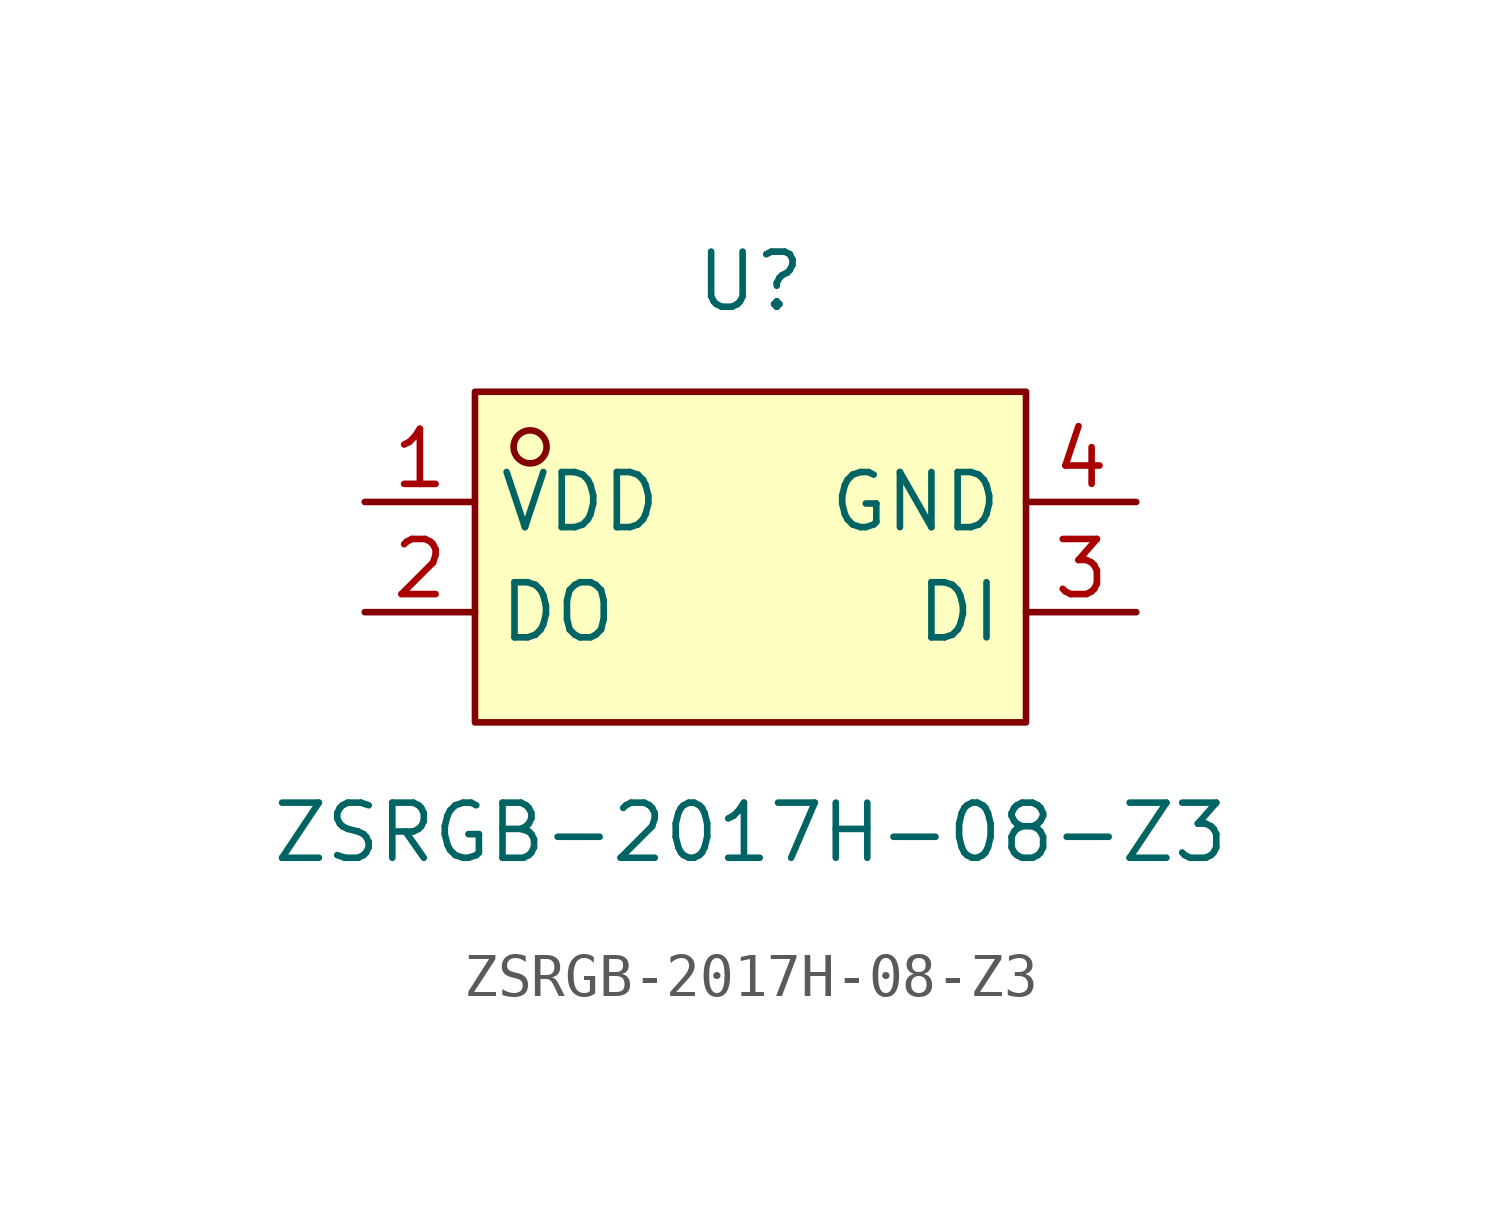
<source format=kicad_sym>
(kicad_symbol_lib
  (version 20211014)
  (generator https://github.com/uPesy/easyeda2kicad.py)
  (symbol "ZSRGB-2017H-08-Z3"
    (property "Reference" "U"
      (at 0 6.35 0)
      (effects (font (size 1.27 1.27))))
    (property "Value" "ZSRGB-2017H-08-Z3"
      (at 0 -6.35 0)
      (effects (font (size 1.27 1.27))))
    (symbol "ZSRGB-2017H-08-Z3_0_1"
      (rectangle (start -6.35 3.81) (end 6.35 -3.81) (stroke (width 0) (type default) (color 0 0 0 0)) (fill (type background)))
      (circle (center -5.08 2.54) (radius 0.38) (stroke (width 0) (type default) (color 0 0 0 0)) (fill (type none)))
      (pin unspecified line (at -8.89 1.27 0) (length 2.54) (name "VDD" (effects (font (size 1.27 1.27)))) (number "1" (effects (font (size 1.27 1.27)))))
      (pin unspecified line (at -8.89 -1.27 0) (length 2.54) (name "DO" (effects (font (size 1.27 1.27)))) (number "2" (effects (font (size 1.27 1.27)))))
      (pin unspecified line (at 8.89 -1.27 180) (length 2.54) (name "DI" (effects (font (size 1.27 1.27)))) (number "3" (effects (font (size 1.27 1.27)))))
      (pin unspecified line (at 8.89 1.27 180) (length 2.54) (name "GND" (effects (font (size 1.27 1.27)))) (number "4" (effects (font (size 1.27 1.27))))))))
</source>
